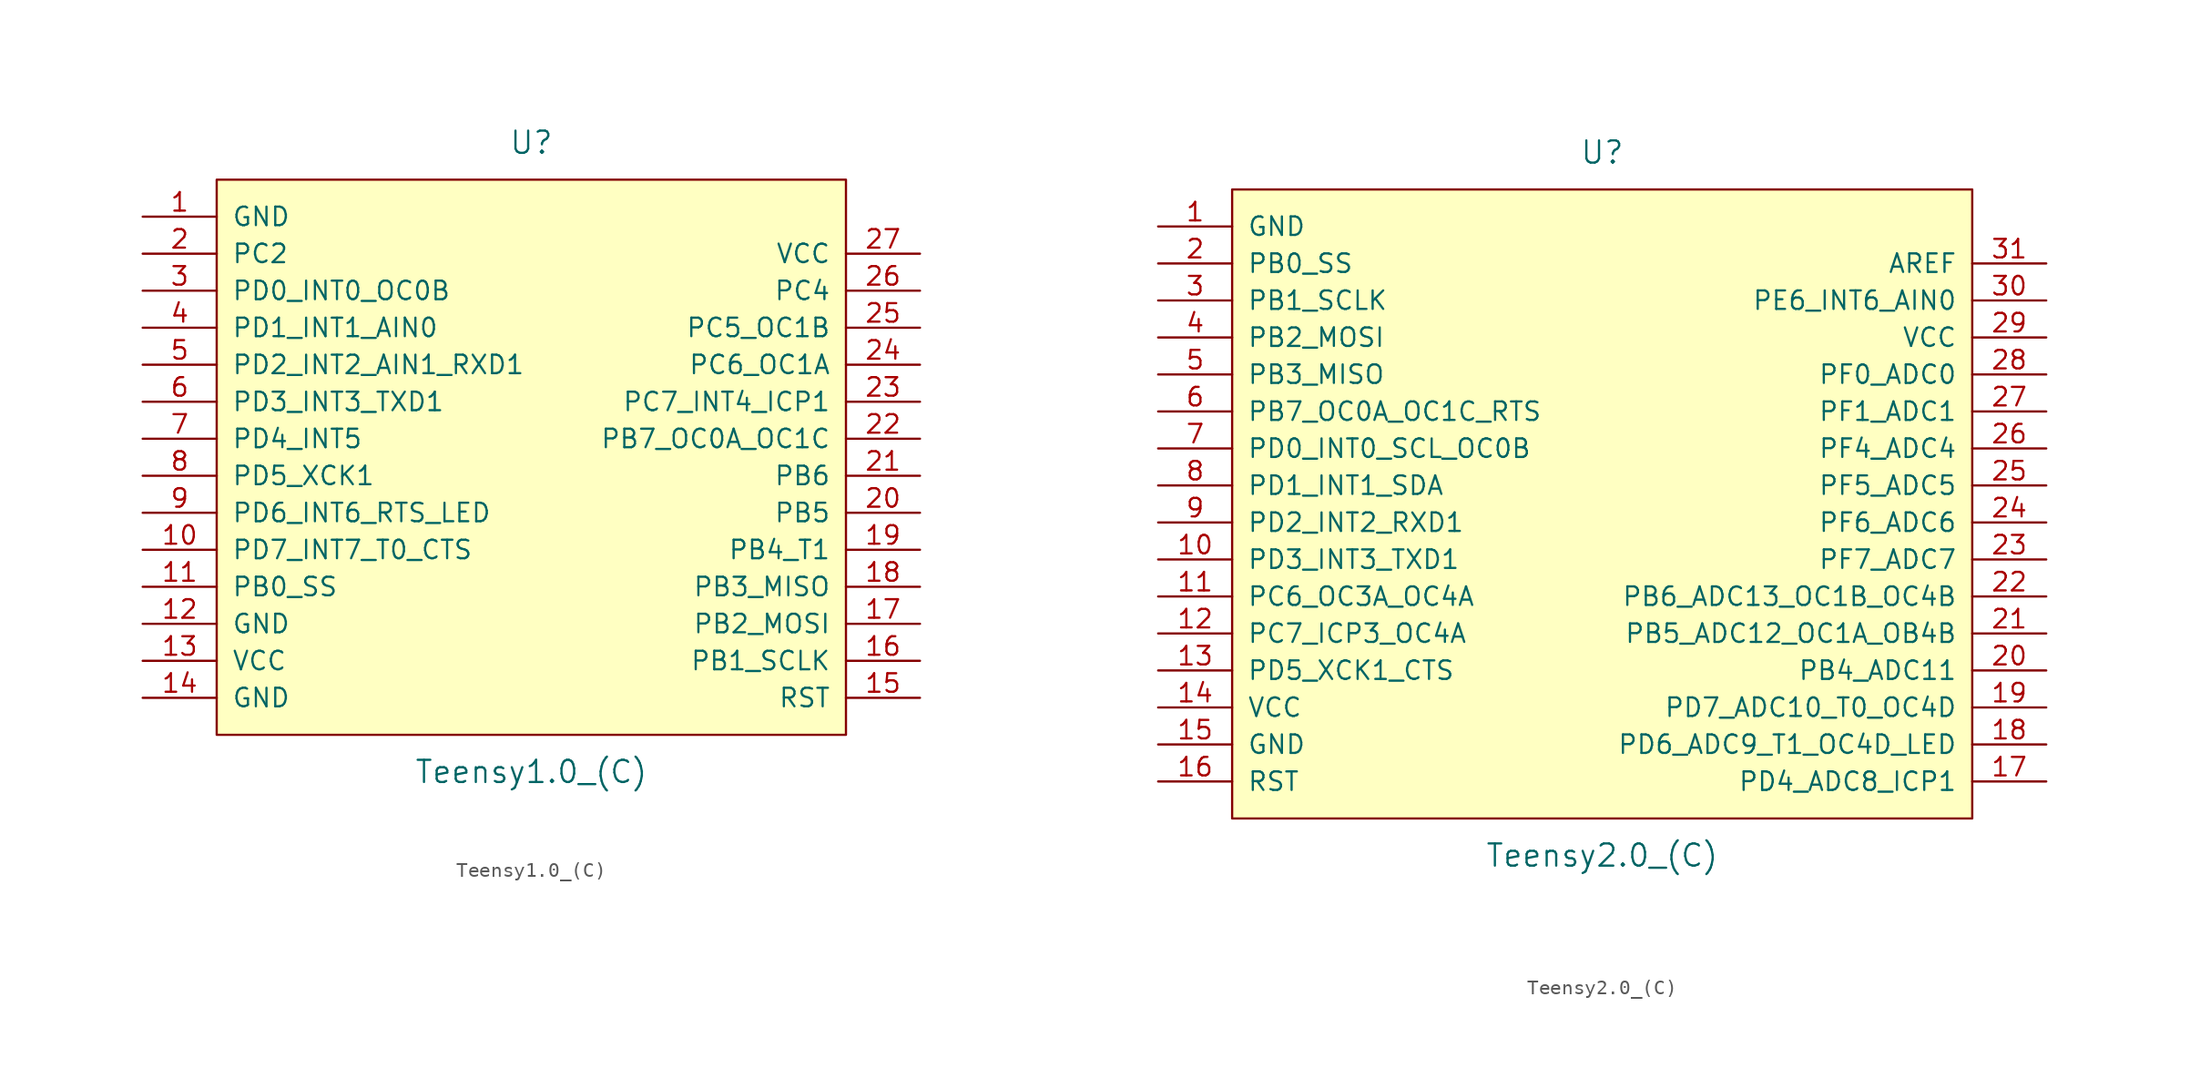
<source format=kicad_sym>
(kicad_symbol_lib
  (version 20211014)
  (generator kicad_symbol_editor)
  (symbol "Teensy1.0_(C)"
    (pin_names
      (offset 1.016))
    (property "Reference" "U"
      (at 0 21.59 0)
      (effects (font (size 1.524 1.524))))
    (property "Value" "Teensy1.0_(C)"
      (at 0 -21.59 0)
      (effects (font (size 1.524 1.524))))
    (property "Footprint" ""
      (at 2.54 -21.59 0)
      (effects (font (size 1.524 1.524))))
    (property "Datasheet" ""
      (at 2.54 -21.59 0)
      (effects (font (size 1.524 1.524))))
    (symbol "Teensy1.0_(C)_0_1"
      (rectangle (start -21.59 19.05) (end 21.59 -19.05) (stroke (width 0) (type default) (color 0 0 0 0)) (fill (type background))))
    (symbol "Teensy1.0_(C)_1_1"
      (pin power_in line (at -26.67 16.51 0) (length 5.08) (name "GND" (effects (font (size 1.27 1.27)))) (number "1" (effects (font (size 1.27 1.27)))))
      (pin bidirectional line (at -26.67 -6.35 0) (length 5.08) (name "PD7_INT7_T0_CTS" (effects (font (size 1.27 1.27)))) (number "10" (effects (font (size 1.27 1.27)))))
      (pin bidirectional line (at -26.67 -8.89 0) (length 5.08) (name "PB0_SS" (effects (font (size 1.27 1.27)))) (number "11" (effects (font (size 1.27 1.27)))))
      (pin power_in line (at -26.67 -11.43 0) (length 5.08) (name "GND" (effects (font (size 1.27 1.27)))) (number "12" (effects (font (size 1.27 1.27)))))
      (pin power_in line (at -26.67 -13.97 0) (length 5.08) (name "VCC" (effects (font (size 1.27 1.27)))) (number "13" (effects (font (size 1.27 1.27)))))
      (pin power_in line (at -26.67 -16.51 0) (length 5.08) (name "GND" (effects (font (size 1.27 1.27)))) (number "14" (effects (font (size 1.27 1.27)))))
      (pin input line (at 26.67 -16.51 180) (length 5.08) (name "RST" (effects (font (size 1.27 1.27)))) (number "15" (effects (font (size 1.27 1.27)))))
      (pin bidirectional line (at 26.67 -13.97 180) (length 5.08) (name "PB1_SCLK" (effects (font (size 1.27 1.27)))) (number "16" (effects (font (size 1.27 1.27)))))
      (pin bidirectional line (at 26.67 -11.43 180) (length 5.08) (name "PB2_MOSI" (effects (font (size 1.27 1.27)))) (number "17" (effects (font (size 1.27 1.27)))))
      (pin bidirectional line (at 26.67 -8.89 180) (length 5.08) (name "PB3_MISO" (effects (font (size 1.27 1.27)))) (number "18" (effects (font (size 1.27 1.27)))))
      (pin bidirectional line (at 26.67 -6.35 180) (length 5.08) (name "PB4_T1" (effects (font (size 1.27 1.27)))) (number "19" (effects (font (size 1.27 1.27)))))
      (pin bidirectional line (at -26.67 13.97 0) (length 5.08) (name "PC2" (effects (font (size 1.27 1.27)))) (number "2" (effects (font (size 1.27 1.27)))))
      (pin bidirectional line (at 26.67 -3.81 180) (length 5.08) (name "PB5" (effects (font (size 1.27 1.27)))) (number "20" (effects (font (size 1.27 1.27)))))
      (pin bidirectional line (at 26.67 -1.27 180) (length 5.08) (name "PB6" (effects (font (size 1.27 1.27)))) (number "21" (effects (font (size 1.27 1.27)))))
      (pin bidirectional line (at 26.67 1.27 180) (length 5.08) (name "PB7_OC0A_OC1C" (effects (font (size 1.27 1.27)))) (number "22" (effects (font (size 1.27 1.27)))))
      (pin bidirectional line (at 26.67 3.81 180) (length 5.08) (name "PC7_INT4_ICP1" (effects (font (size 1.27 1.27)))) (number "23" (effects (font (size 1.27 1.27)))))
      (pin bidirectional line (at 26.67 6.35 180) (length 5.08) (name "PC6_OC1A" (effects (font (size 1.27 1.27)))) (number "24" (effects (font (size 1.27 1.27)))))
      (pin bidirectional line (at 26.67 8.89 180) (length 5.08) (name "PC5_OC1B" (effects (font (size 1.27 1.27)))) (number "25" (effects (font (size 1.27 1.27)))))
      (pin bidirectional line (at 26.67 11.43 180) (length 5.08) (name "PC4" (effects (font (size 1.27 1.27)))) (number "26" (effects (font (size 1.27 1.27)))))
      (pin power_in line (at 26.67 13.97 180) (length 5.08) (name "VCC" (effects (font (size 1.27 1.27)))) (number "27" (effects (font (size 1.27 1.27)))))
      (pin bidirectional line (at -26.67 11.43 0) (length 5.08) (name "PD0_INT0_OC0B" (effects (font (size 1.27 1.27)))) (number "3" (effects (font (size 1.27 1.27)))))
      (pin bidirectional line (at -26.67 8.89 0) (length 5.08) (name "PD1_INT1_AIN0" (effects (font (size 1.27 1.27)))) (number "4" (effects (font (size 1.27 1.27)))))
      (pin bidirectional line (at -26.67 6.35 0) (length 5.08) (name "PD2_INT2_AIN1_RXD1" (effects (font (size 1.27 1.27)))) (number "5" (effects (font (size 1.27 1.27)))))
      (pin bidirectional line (at -26.67 3.81 0) (length 5.08) (name "PD3_INT3_TXD1" (effects (font (size 1.27 1.27)))) (number "6" (effects (font (size 1.27 1.27)))))
      (pin bidirectional line (at -26.67 1.27 0) (length 5.08) (name "PD4_INT5" (effects (font (size 1.27 1.27)))) (number "7" (effects (font (size 1.27 1.27)))))
      (pin bidirectional line (at -26.67 -1.27 0) (length 5.08) (name "PD5_XCK1" (effects (font (size 1.27 1.27)))) (number "8" (effects (font (size 1.27 1.27)))))
      (pin bidirectional line (at -26.67 -3.81 0) (length 5.08) (name "PD6_INT6_RTS_LED" (effects (font (size 1.27 1.27)))) (number "9" (effects (font (size 1.27 1.27)))))))
  (symbol "Teensy2.0_(C)"
    (pin_names
      (offset 1.016))
    (property "Reference" "U"
      (at 0 24.13 0)
      (effects (font (size 1.524 1.524))))
    (property "Value" "Teensy2.0_(C)"
      (at 0 -24.13 0)
      (effects (font (size 1.524 1.524))))
    (property "Footprint" ""
      (at 2.54 -26.67 0)
      (effects (font (size 1.524 1.524))))
    (property "Datasheet" ""
      (at 2.54 -26.67 0)
      (effects (font (size 1.524 1.524))))
    (symbol "Teensy2.0_(C)_0_1"
      (rectangle (start -25.4 21.59) (end 25.4 -21.59) (stroke (width 0) (type default) (color 0 0 0 0)) (fill (type background))))
    (symbol "Teensy2.0_(C)_1_1"
      (pin power_in line (at -30.48 19.05 0) (length 5.08) (name "GND" (effects (font (size 1.27 1.27)))) (number "1" (effects (font (size 1.27 1.27)))))
      (pin bidirectional line (at -30.48 -3.81 0) (length 5.08) (name "PD3_INT3_TXD1" (effects (font (size 1.27 1.27)))) (number "10" (effects (font (size 1.27 1.27)))))
      (pin bidirectional line (at -30.48 -6.35 0) (length 5.08) (name "PC6_OC3A_OC4A" (effects (font (size 1.27 1.27)))) (number "11" (effects (font (size 1.27 1.27)))))
      (pin bidirectional line (at -30.48 -8.89 0) (length 5.08) (name "PC7_ICP3_OC4A" (effects (font (size 1.27 1.27)))) (number "12" (effects (font (size 1.27 1.27)))))
      (pin bidirectional line (at -30.48 -11.43 0) (length 5.08) (name "PD5_XCK1_CTS" (effects (font (size 1.27 1.27)))) (number "13" (effects (font (size 1.27 1.27)))))
      (pin power_in line (at -30.48 -13.97 0) (length 5.08) (name "VCC" (effects (font (size 1.27 1.27)))) (number "14" (effects (font (size 1.27 1.27)))))
      (pin power_in line (at -30.48 -16.51 0) (length 5.08) (name "GND" (effects (font (size 1.27 1.27)))) (number "15" (effects (font (size 1.27 1.27)))))
      (pin input line (at -30.48 -19.05 0) (length 5.08) (name "RST" (effects (font (size 1.27 1.27)))) (number "16" (effects (font (size 1.27 1.27)))))
      (pin bidirectional line (at 30.48 -19.05 180) (length 5.08) (name "PD4_ADC8_ICP1" (effects (font (size 1.27 1.27)))) (number "17" (effects (font (size 1.27 1.27)))))
      (pin bidirectional line (at 30.48 -16.51 180) (length 5.08) (name "PD6_ADC9_T1_OC4D_LED" (effects (font (size 1.27 1.27)))) (number "18" (effects (font (size 1.27 1.27)))))
      (pin bidirectional line (at 30.48 -13.97 180) (length 5.08) (name "PD7_ADC10_T0_OC4D" (effects (font (size 1.27 1.27)))) (number "19" (effects (font (size 1.27 1.27)))))
      (pin bidirectional line (at -30.48 16.51 0) (length 5.08) (name "PB0_SS" (effects (font (size 1.27 1.27)))) (number "2" (effects (font (size 1.27 1.27)))))
      (pin bidirectional line (at 30.48 -11.43 180) (length 5.08) (name "PB4_ADC11" (effects (font (size 1.27 1.27)))) (number "20" (effects (font (size 1.27 1.27)))))
      (pin bidirectional line (at 30.48 -8.89 180) (length 5.08) (name "PB5_ADC12_OC1A_OB4B" (effects (font (size 1.27 1.27)))) (number "21" (effects (font (size 1.27 1.27)))))
      (pin bidirectional line (at 30.48 -6.35 180) (length 5.08) (name "PB6_ADC13_OC1B_OC4B" (effects (font (size 1.27 1.27)))) (number "22" (effects (font (size 1.27 1.27)))))
      (pin bidirectional line (at 30.48 -3.81 180) (length 5.08) (name "PF7_ADC7" (effects (font (size 1.27 1.27)))) (number "23" (effects (font (size 1.27 1.27)))))
      (pin bidirectional line (at 30.48 -1.27 180) (length 5.08) (name "PF6_ADC6" (effects (font (size 1.27 1.27)))) (number "24" (effects (font (size 1.27 1.27)))))
      (pin bidirectional line (at 30.48 1.27 180) (length 5.08) (name "PF5_ADC5" (effects (font (size 1.27 1.27)))) (number "25" (effects (font (size 1.27 1.27)))))
      (pin bidirectional line (at 30.48 3.81 180) (length 5.08) (name "PF4_ADC4" (effects (font (size 1.27 1.27)))) (number "26" (effects (font (size 1.27 1.27)))))
      (pin bidirectional line (at 30.48 6.35 180) (length 5.08) (name "PF1_ADC1" (effects (font (size 1.27 1.27)))) (number "27" (effects (font (size 1.27 1.27)))))
      (pin bidirectional line (at 30.48 8.89 180) (length 5.08) (name "PF0_ADC0" (effects (font (size 1.27 1.27)))) (number "28" (effects (font (size 1.27 1.27)))))
      (pin power_in line (at 30.48 11.43 180) (length 5.08) (name "VCC" (effects (font (size 1.27 1.27)))) (number "29" (effects (font (size 1.27 1.27)))))
      (pin bidirectional line (at -30.48 13.97 0) (length 5.08) (name "PB1_SCLK" (effects (font (size 1.27 1.27)))) (number "3" (effects (font (size 1.27 1.27)))))
      (pin bidirectional line (at 30.48 13.97 180) (length 5.08) (name "PE6_INT6_AIN0" (effects (font (size 1.27 1.27)))) (number "30" (effects (font (size 1.27 1.27)))))
      (pin input line (at 30.48 16.51 180) (length 5.08) (name "AREF" (effects (font (size 1.27 1.27)))) (number "31" (effects (font (size 1.27 1.27)))))
      (pin bidirectional line (at -30.48 11.43 0) (length 5.08) (name "PB2_MOSI" (effects (font (size 1.27 1.27)))) (number "4" (effects (font (size 1.27 1.27)))))
      (pin bidirectional line (at -30.48 8.89 0) (length 5.08) (name "PB3_MISO" (effects (font (size 1.27 1.27)))) (number "5" (effects (font (size 1.27 1.27)))))
      (pin bidirectional line (at -30.48 6.35 0) (length 5.08) (name "PB7_OC0A_OC1C_RTS" (effects (font (size 1.27 1.27)))) (number "6" (effects (font (size 1.27 1.27)))))
      (pin bidirectional line (at -30.48 3.81 0) (length 5.08) (name "PD0_INT0_SCL_OC0B" (effects (font (size 1.27 1.27)))) (number "7" (effects (font (size 1.27 1.27)))))
      (pin bidirectional line (at -30.48 1.27 0) (length 5.08) (name "PD1_INT1_SDA" (effects (font (size 1.27 1.27)))) (number "8" (effects (font (size 1.27 1.27)))))
      (pin bidirectional line (at -30.48 -1.27 0) (length 5.08) (name "PD2_INT2_RXD1" (effects (font (size 1.27 1.27)))) (number "9" (effects (font (size 1.27 1.27))))))))
</source>
